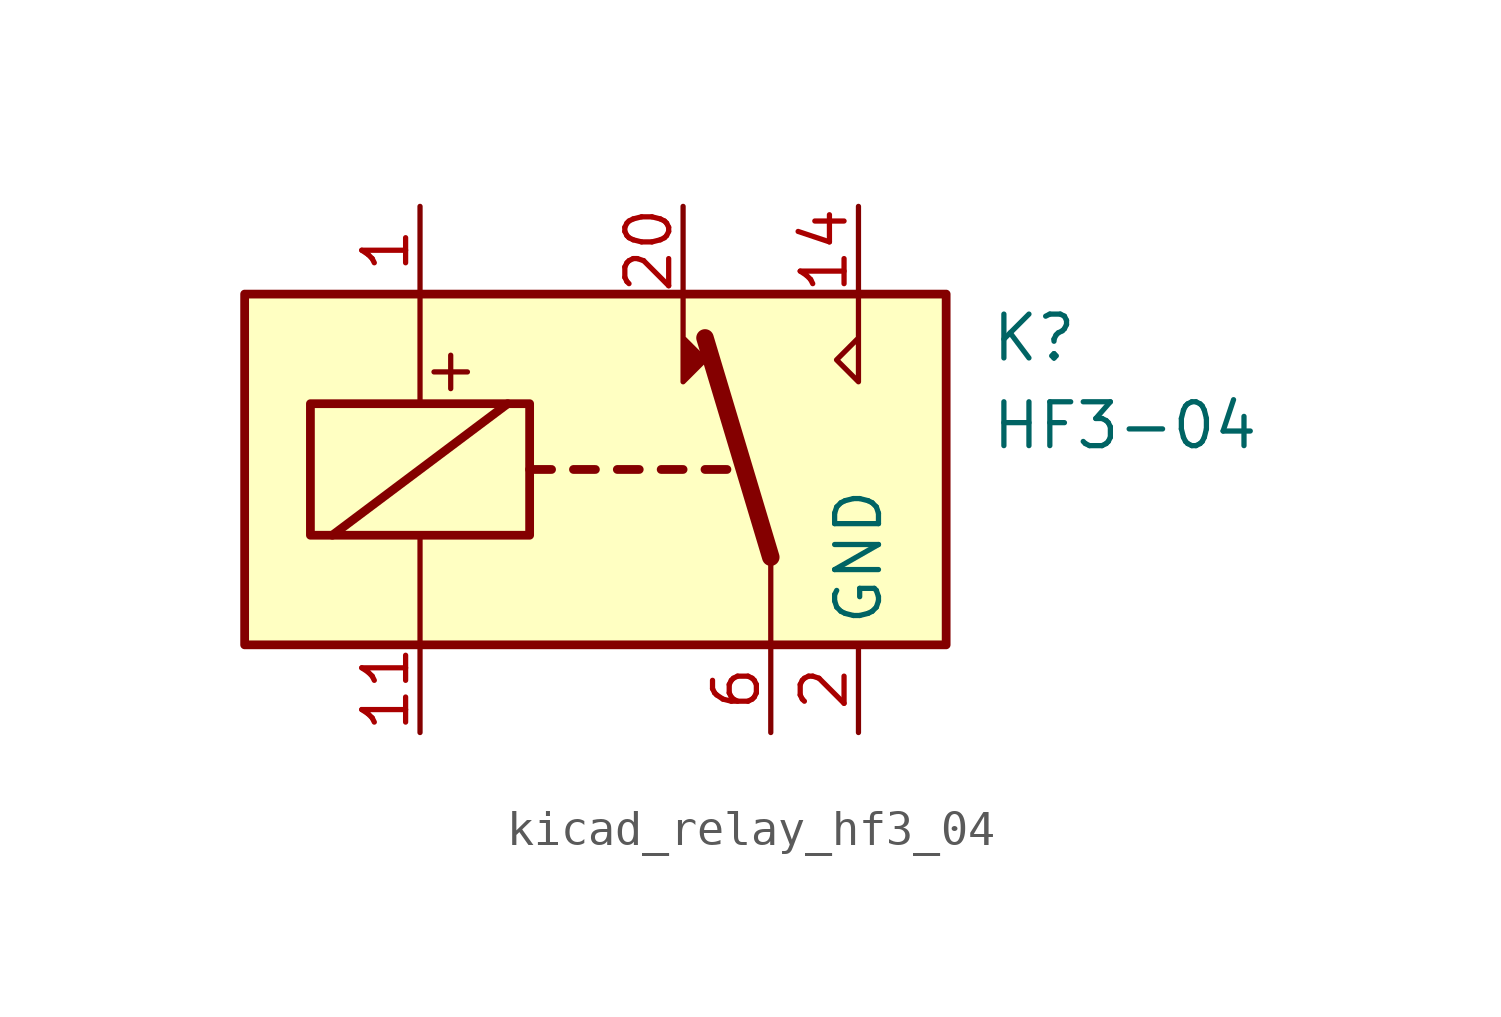
<source format=kicad_sym>
(kicad_symbol_lib
  (version 20220914)
  (generator kicad_symbol_editor)
  (symbol "kicad_relay_hf3_04"
    (property "Reference" "K"
      (at 11.43 3.81 0)
      (effects (font (size 1.27 1.27)) (justify left)))
    (property "Value" "HF3-04"
      (at 11.43 1.27 0)
      (effects (font (size 1.27 1.27)) (justify left)))
    (symbol "kicad_relay_hf3_04_0_0"
      (polyline (pts (xy 7.62 5.08) (xy 7.62 2.54) (xy 6.985 3.175) (xy 7.62 3.81)) (stroke (width 0) (type default)) (fill (type none)))
      (text "+" (at -4.191 2.921 0) (effects (font (size 1.27 1.27)))))
    (symbol "kicad_relay_hf3_04_0_1"
      (rectangle (start -10.16 5.08) (end 10.16 -5.08) (stroke (width 0.254) (type default)) (fill (type background)))
      (rectangle (start -8.255 1.905) (end -1.905 -1.905) (stroke (width 0.254) (type default)) (fill (type none)))
      (polyline (pts (xy -7.62 -1.905) (xy -2.54 1.905)) (stroke (width 0.254) (type default)) (fill (type none)))
      (polyline (pts (xy -5.08 -5.08) (xy -5.08 -1.905)) (stroke (width 0) (type default)) (fill (type none)))
      (polyline (pts (xy -5.08 5.08) (xy -5.08 1.905)) (stroke (width 0) (type default)) (fill (type none)))
      (polyline (pts (xy -1.905 0) (xy -1.27 0)) (stroke (width 0.254) (type default)) (fill (type none)))
      (polyline (pts (xy -0.635 0) (xy 0 0)) (stroke (width 0.254) (type default)) (fill (type none)))
      (polyline (pts (xy 0.635 0) (xy 1.27 0)) (stroke (width 0.254) (type default)) (fill (type none)))
      (polyline (pts (xy 1.905 0) (xy 2.54 0)) (stroke (width 0.254) (type default)) (fill (type none)))
      (polyline (pts (xy 3.175 0) (xy 3.81 0)) (stroke (width 0.254) (type default)) (fill (type none)))
      (polyline (pts (xy 5.08 -2.54) (xy 3.175 3.81)) (stroke (width 0.508) (type default)) (fill (type none)))
      (polyline (pts (xy 5.08 -2.54) (xy 5.08 -5.08)) (stroke (width 0) (type default)) (fill (type none)))
      (polyline (pts (xy 2.54 5.08) (xy 2.54 2.54) (xy 3.175 3.175) (xy 2.54 3.81)) (stroke (width 0) (type default)) (fill (type outline))))
    (symbol "kicad_relay_hf3_04_1_1"
      (pin passive line (at -5.08 7.62 270) (length 2.54) (name "~" (effects (font (size 1.27 1.27)))) (number "1" (effects (font (size 1.27 1.27)))))
      (pin passive line (at 7.62 -7.62 90) (length 2.54) hide (name "GND" (effects (font (size 1.27 1.27)))) (number "10" (effects (font (size 1.27 1.27)))))
      (pin passive line (at -5.08 -7.62 90) (length 2.54) (name "~" (effects (font (size 1.27 1.27)))) (number "11" (effects (font (size 1.27 1.27)))))
      (pin passive line (at 7.62 -7.62 90) (length 2.54) hide (name "GND" (effects (font (size 1.27 1.27)))) (number "12" (effects (font (size 1.27 1.27)))))
      (pin passive line (at 7.62 -7.62 90) (length 2.54) hide (name "GND" (effects (font (size 1.27 1.27)))) (number "13" (effects (font (size 1.27 1.27)))))
      (pin passive line (at 7.62 7.62 270) (length 2.54) (name "~" (effects (font (size 1.27 1.27)))) (number "14" (effects (font (size 1.27 1.27)))))
      (pin passive line (at 7.62 -7.62 90) (length 2.54) hide (name "GND" (effects (font (size 1.27 1.27)))) (number "15" (effects (font (size 1.27 1.27)))))
      (pin passive line (at 7.62 -7.62 90) (length 2.54) hide (name "GND" (effects (font (size 1.27 1.27)))) (number "17" (effects (font (size 1.27 1.27)))))
      (pin passive line (at 7.62 -7.62 90) (length 2.54) hide (name "GND" (effects (font (size 1.27 1.27)))) (number "19" (effects (font (size 1.27 1.27)))))
      (pin power_in line (at 7.62 -7.62 90) (length 2.54) (name "GND" (effects (font (size 1.27 1.27)))) (number "2" (effects (font (size 1.27 1.27)))))
      (pin passive line (at 2.54 7.62 270) (length 2.54) (name "~" (effects (font (size 1.27 1.27)))) (number "20" (effects (font (size 1.27 1.27)))))
      (pin passive line (at 7.62 -7.62 90) (length 2.54) hide (name "GND" (effects (font (size 1.27 1.27)))) (number "21" (effects (font (size 1.27 1.27)))))
      (pin passive line (at 7.62 -7.62 90) (length 2.54) hide (name "GND" (effects (font (size 1.27 1.27)))) (number "22" (effects (font (size 1.27 1.27)))))
      (pin passive line (at 7.62 -7.62 90) (length 2.54) hide (name "GND" (effects (font (size 1.27 1.27)))) (number "5" (effects (font (size 1.27 1.27)))))
      (pin passive line (at 5.08 -7.62 90) (length 2.54) (name "~" (effects (font (size 1.27 1.27)))) (number "6" (effects (font (size 1.27 1.27)))))
      (pin passive line (at 7.62 -7.62 90) (length 2.54) hide (name "GND" (effects (font (size 1.27 1.27)))) (number "7" (effects (font (size 1.27 1.27))))))))
</source>
